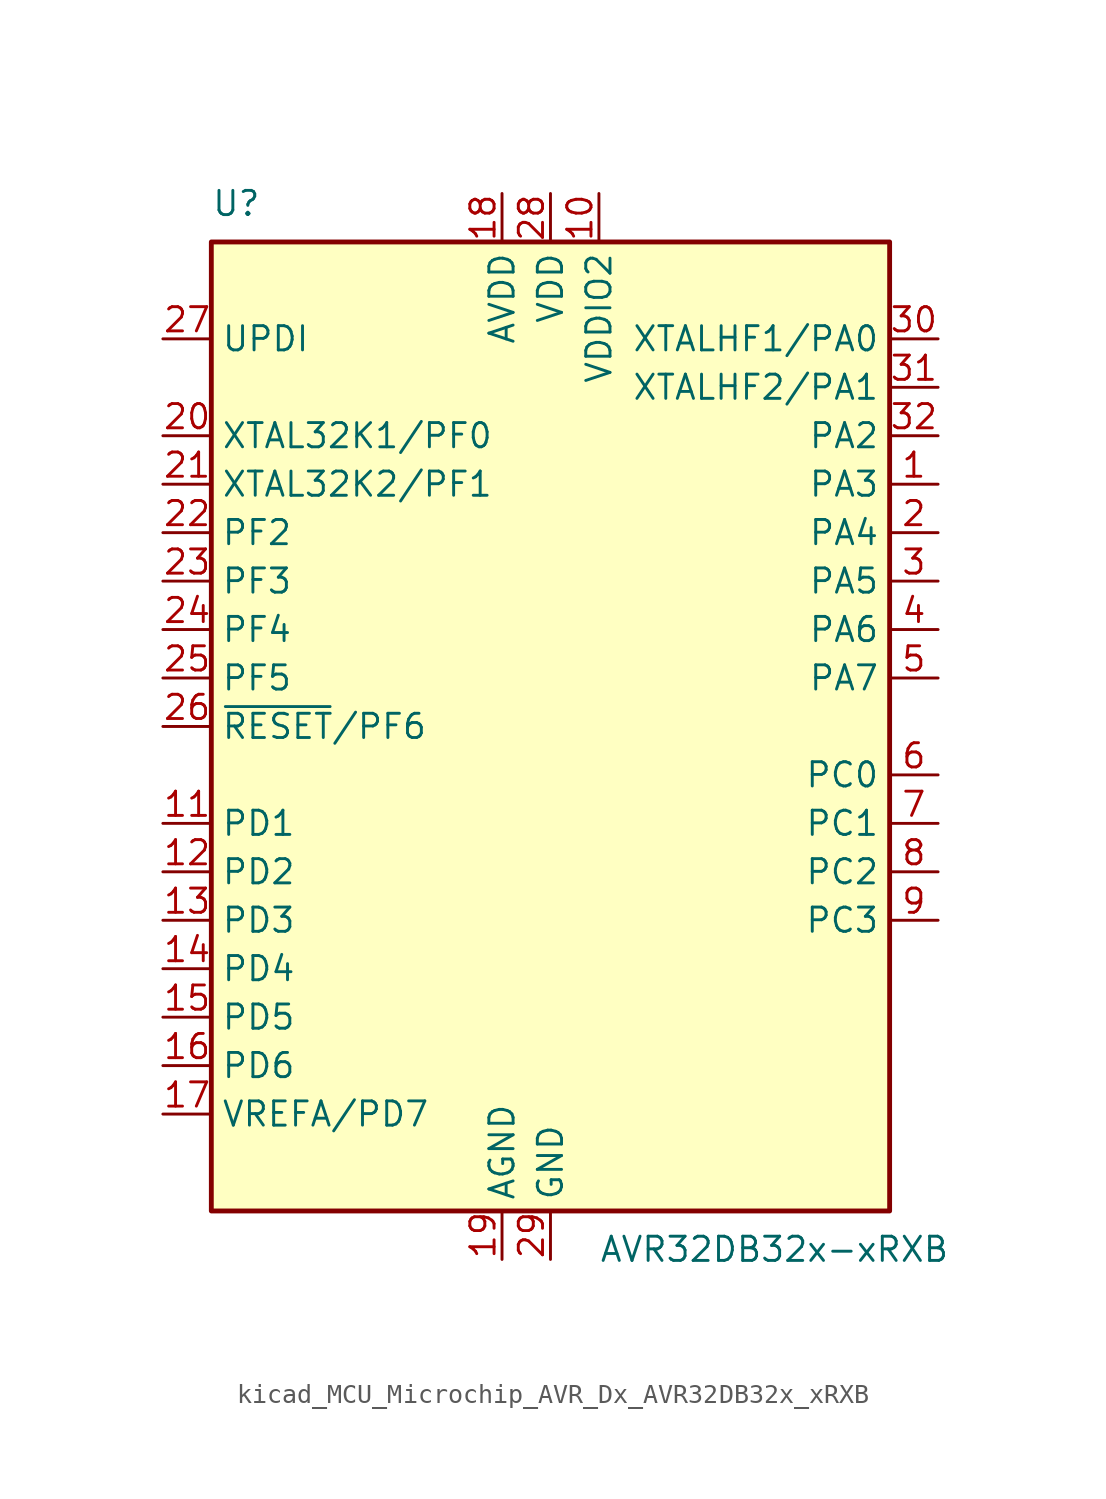
<source format=kicad_sym>
(kicad_symbol_lib
  (version 20220914)
  (generator kicad_symbol_editor)
  (symbol "kicad_MCU_Microchip_AVR_Dx_AVR32DB32x_xRXB"
    (property "Reference" "U"
      (at -17.78 26.67 0)
      (effects (font (size 1.27 1.27)) (justify left bottom)))
    (property "Value" "AVR32DB32x-xRXB"
      (at 2.54 -26.67 0)
      (effects (font (size 1.27 1.27)) (justify left top)))
    (symbol "kicad_MCU_Microchip_AVR_Dx_AVR32DB32x_xRXB_0_1"
      (rectangle (start -17.78 25.4) (end 17.78 -25.4) (stroke (width 0.254) (type default)) (fill (type background))))
    (symbol "kicad_MCU_Microchip_AVR_Dx_AVR32DB32x_xRXB_1_1"
      (pin bidirectional line (at 20.32 12.7 180) (length 2.54) (name "PA3" (effects (font (size 1.27 1.27)))) (number "1" (effects (font (size 1.27 1.27)))))
      (pin power_in line (at 2.54 27.94 270) (length 2.54) (name "VDDIO2" (effects (font (size 1.27 1.27)))) (number "10" (effects (font (size 1.27 1.27)))))
      (pin bidirectional line (at -20.32 -5.08 0) (length 2.54) (name "PD1" (effects (font (size 1.27 1.27)))) (number "11" (effects (font (size 1.27 1.27)))))
      (pin bidirectional line (at -20.32 -7.62 0) (length 2.54) (name "PD2" (effects (font (size 1.27 1.27)))) (number "12" (effects (font (size 1.27 1.27)))))
      (pin bidirectional line (at -20.32 -10.16 0) (length 2.54) (name "PD3" (effects (font (size 1.27 1.27)))) (number "13" (effects (font (size 1.27 1.27)))))
      (pin bidirectional line (at -20.32 -12.7 0) (length 2.54) (name "PD4" (effects (font (size 1.27 1.27)))) (number "14" (effects (font (size 1.27 1.27)))))
      (pin bidirectional line (at -20.32 -15.24 0) (length 2.54) (name "PD5" (effects (font (size 1.27 1.27)))) (number "15" (effects (font (size 1.27 1.27)))))
      (pin bidirectional line (at -20.32 -17.78 0) (length 2.54) (name "PD6" (effects (font (size 1.27 1.27)))) (number "16" (effects (font (size 1.27 1.27)))))
      (pin bidirectional line (at -20.32 -20.32 0) (length 2.54) (name "VREFA/PD7" (effects (font (size 1.27 1.27)))) (number "17" (effects (font (size 1.27 1.27)))))
      (pin power_in line (at -2.54 27.94 270) (length 2.54) (name "AVDD" (effects (font (size 1.27 1.27)))) (number "18" (effects (font (size 1.27 1.27)))))
      (pin power_in line (at -2.54 -27.94 90) (length 2.54) (name "AGND" (effects (font (size 1.27 1.27)))) (number "19" (effects (font (size 1.27 1.27)))))
      (pin bidirectional line (at 20.32 10.16 180) (length 2.54) (name "PA4" (effects (font (size 1.27 1.27)))) (number "2" (effects (font (size 1.27 1.27)))))
      (pin bidirectional line (at -20.32 15.24 0) (length 2.54) (name "XTAL32K1/PF0" (effects (font (size 1.27 1.27)))) (number "20" (effects (font (size 1.27 1.27)))))
      (pin bidirectional line (at -20.32 12.7 0) (length 2.54) (name "XTAL32K2/PF1" (effects (font (size 1.27 1.27)))) (number "21" (effects (font (size 1.27 1.27)))))
      (pin bidirectional line (at -20.32 10.16 0) (length 2.54) (name "PF2" (effects (font (size 1.27 1.27)))) (number "22" (effects (font (size 1.27 1.27)))))
      (pin bidirectional line (at -20.32 7.62 0) (length 2.54) (name "PF3" (effects (font (size 1.27 1.27)))) (number "23" (effects (font (size 1.27 1.27)))))
      (pin bidirectional line (at -20.32 5.08 0) (length 2.54) (name "PF4" (effects (font (size 1.27 1.27)))) (number "24" (effects (font (size 1.27 1.27)))))
      (pin bidirectional line (at -20.32 2.54 0) (length 2.54) (name "PF5" (effects (font (size 1.27 1.27)))) (number "25" (effects (font (size 1.27 1.27)))))
      (pin bidirectional line (at -20.32 0 0) (length 2.54) (name "~{RESET}/PF6" (effects (font (size 1.27 1.27)))) (number "26" (effects (font (size 1.27 1.27)))))
      (pin input line (at -20.32 20.32 0) (length 2.54) (name "UPDI" (effects (font (size 1.27 1.27)))) (number "27" (effects (font (size 1.27 1.27)))))
      (pin power_in line (at 0 27.94 270) (length 2.54) (name "VDD" (effects (font (size 1.27 1.27)))) (number "28" (effects (font (size 1.27 1.27)))))
      (pin power_in line (at 0 -27.94 90) (length 2.54) (name "GND" (effects (font (size 1.27 1.27)))) (number "29" (effects (font (size 1.27 1.27)))))
      (pin bidirectional line (at 20.32 7.62 180) (length 2.54) (name "PA5" (effects (font (size 1.27 1.27)))) (number "3" (effects (font (size 1.27 1.27)))))
      (pin bidirectional line (at 20.32 20.32 180) (length 2.54) (name "XTALHF1/PA0" (effects (font (size 1.27 1.27)))) (number "30" (effects (font (size 1.27 1.27)))))
      (pin bidirectional line (at 20.32 17.78 180) (length 2.54) (name "XTALHF2/PA1" (effects (font (size 1.27 1.27)))) (number "31" (effects (font (size 1.27 1.27)))))
      (pin bidirectional line (at 20.32 15.24 180) (length 2.54) (name "PA2" (effects (font (size 1.27 1.27)))) (number "32" (effects (font (size 1.27 1.27)))))
      (pin passive line (at 0 -27.94 90) (length 2.54) hide (name "GND" (effects (font (size 1.27 1.27)))) (number "33" (effects (font (size 1.27 1.27)))))
      (pin bidirectional line (at 20.32 5.08 180) (length 2.54) (name "PA6" (effects (font (size 1.27 1.27)))) (number "4" (effects (font (size 1.27 1.27)))))
      (pin bidirectional line (at 20.32 2.54 180) (length 2.54) (name "PA7" (effects (font (size 1.27 1.27)))) (number "5" (effects (font (size 1.27 1.27)))))
      (pin bidirectional line (at 20.32 -2.54 180) (length 2.54) (name "PC0" (effects (font (size 1.27 1.27)))) (number "6" (effects (font (size 1.27 1.27)))))
      (pin bidirectional line (at 20.32 -5.08 180) (length 2.54) (name "PC1" (effects (font (size 1.27 1.27)))) (number "7" (effects (font (size 1.27 1.27)))))
      (pin bidirectional line (at 20.32 -7.62 180) (length 2.54) (name "PC2" (effects (font (size 1.27 1.27)))) (number "8" (effects (font (size 1.27 1.27)))))
      (pin bidirectional line (at 20.32 -10.16 180) (length 2.54) (name "PC3" (effects (font (size 1.27 1.27)))) (number "9" (effects (font (size 1.27 1.27))))))))
</source>
